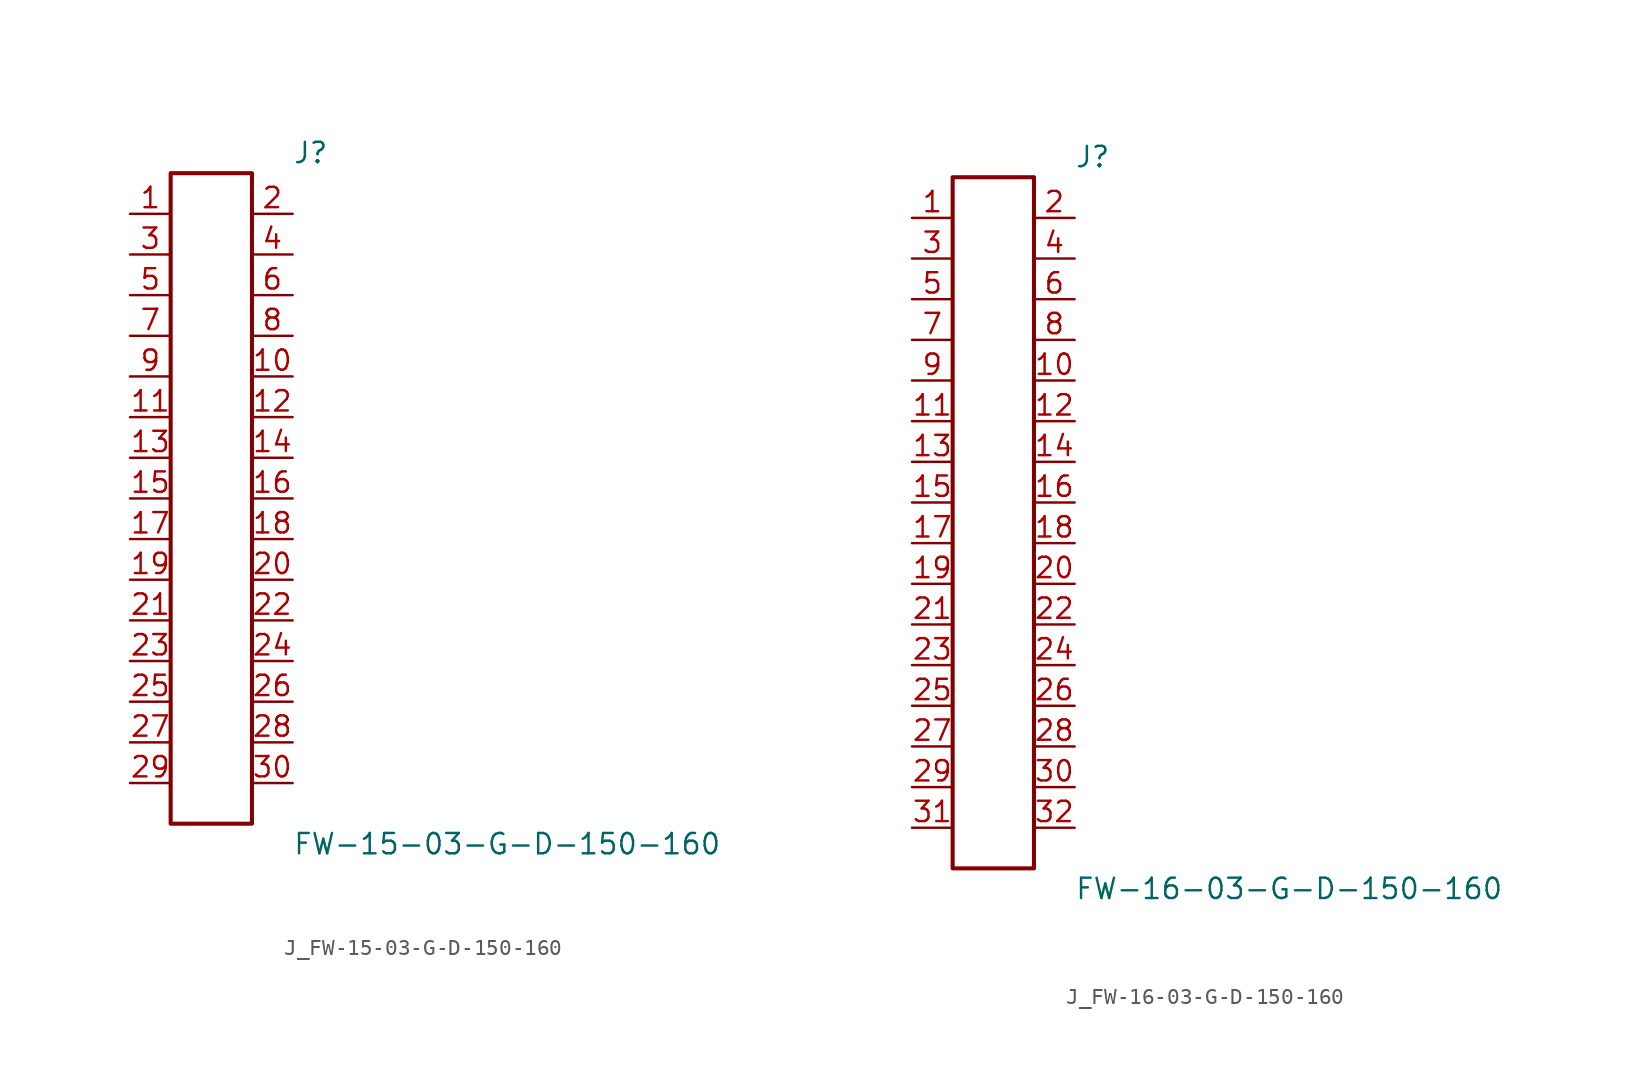
<source format=kicad_sym>
(kicad_symbol_lib
  (version 20231120)
  (generator kicad_symbol_editor)
  (generator_version 8.0)
  (symbol "J_FW-15-03-G-D-150-160"
    (pin_names
      (offset 0.254))
    (property "Reference" "J"
      (at 5.08 21.59 0)
      (effects (font (size 1.27 1.27)) (justify left)))
    (property "Value" "FW-15-03-G-D-150-160"
      (at 5.08 -21.59 0)
      (effects (font (size 1.27 1.27)) (justify left)))
    (symbol "J_FW-15-03-G-D-150-160_0_0"
      (pin passive line (at -5.08 17.78 0) (length 2.54) (name "" (effects (font (size 1.27 1.27)))) (number "1" (effects (font (size 1.27 1.27)))))
      (pin passive line (at 5.08 17.78 180) (length 2.54) (name "" (effects (font (size 1.27 1.27)))) (number "2" (effects (font (size 1.27 1.27)))))
      (pin passive line (at -5.08 15.24 0) (length 2.54) (name "" (effects (font (size 1.27 1.27)))) (number "3" (effects (font (size 1.27 1.27)))))
      (pin passive line (at 5.08 15.24 180) (length 2.54) (name "" (effects (font (size 1.27 1.27)))) (number "4" (effects (font (size 1.27 1.27)))))
      (pin passive line (at -5.08 12.7 0) (length 2.54) (name "" (effects (font (size 1.27 1.27)))) (number "5" (effects (font (size 1.27 1.27)))))
      (pin passive line (at 5.08 12.7 180) (length 2.54) (name "" (effects (font (size 1.27 1.27)))) (number "6" (effects (font (size 1.27 1.27)))))
      (pin passive line (at -5.08 10.16 0) (length 2.54) (name "" (effects (font (size 1.27 1.27)))) (number "7" (effects (font (size 1.27 1.27)))))
      (pin passive line (at 5.08 10.16 180) (length 2.54) (name "" (effects (font (size 1.27 1.27)))) (number "8" (effects (font (size 1.27 1.27)))))
      (pin passive line (at -5.08 7.62 0) (length 2.54) (name "" (effects (font (size 1.27 1.27)))) (number "9" (effects (font (size 1.27 1.27)))))
      (pin passive line (at 5.08 7.62 180) (length 2.54) (name "" (effects (font (size 1.27 1.27)))) (number "10" (effects (font (size 1.27 1.27)))))
      (pin passive line (at -5.08 5.08 0) (length 2.54) (name "" (effects (font (size 1.27 1.27)))) (number "11" (effects (font (size 1.27 1.27)))))
      (pin passive line (at 5.08 5.08 180) (length 2.54) (name "" (effects (font (size 1.27 1.27)))) (number "12" (effects (font (size 1.27 1.27)))))
      (pin passive line (at -5.08 2.54 0) (length 2.54) (name "" (effects (font (size 1.27 1.27)))) (number "13" (effects (font (size 1.27 1.27)))))
      (pin passive line (at 5.08 2.54 180) (length 2.54) (name "" (effects (font (size 1.27 1.27)))) (number "14" (effects (font (size 1.27 1.27)))))
      (pin passive line (at -5.08 0.0 0) (length 2.54) (name "" (effects (font (size 1.27 1.27)))) (number "15" (effects (font (size 1.27 1.27)))))
      (pin passive line (at 5.08 0.0 180) (length 2.54) (name "" (effects (font (size 1.27 1.27)))) (number "16" (effects (font (size 1.27 1.27)))))
      (pin passive line (at -5.08 -2.54 0) (length 2.54) (name "" (effects (font (size 1.27 1.27)))) (number "17" (effects (font (size 1.27 1.27)))))
      (pin passive line (at 5.08 -2.54 180) (length 2.54) (name "" (effects (font (size 1.27 1.27)))) (number "18" (effects (font (size 1.27 1.27)))))
      (pin passive line (at -5.08 -5.08 0) (length 2.54) (name "" (effects (font (size 1.27 1.27)))) (number "19" (effects (font (size 1.27 1.27)))))
      (pin passive line (at 5.08 -5.08 180) (length 2.54) (name "" (effects (font (size 1.27 1.27)))) (number "20" (effects (font (size 1.27 1.27)))))
      (pin passive line (at -5.08 -7.62 0) (length 2.54) (name "" (effects (font (size 1.27 1.27)))) (number "21" (effects (font (size 1.27 1.27)))))
      (pin passive line (at 5.08 -7.62 180) (length 2.54) (name "" (effects (font (size 1.27 1.27)))) (number "22" (effects (font (size 1.27 1.27)))))
      (pin passive line (at -5.08 -10.16 0) (length 2.54) (name "" (effects (font (size 1.27 1.27)))) (number "23" (effects (font (size 1.27 1.27)))))
      (pin passive line (at 5.08 -10.16 180) (length 2.54) (name "" (effects (font (size 1.27 1.27)))) (number "24" (effects (font (size 1.27 1.27)))))
      (pin passive line (at -5.08 -12.7 0) (length 2.54) (name "" (effects (font (size 1.27 1.27)))) (number "25" (effects (font (size 1.27 1.27)))))
      (pin passive line (at 5.08 -12.7 180) (length 2.54) (name "" (effects (font (size 1.27 1.27)))) (number "26" (effects (font (size 1.27 1.27)))))
      (pin passive line (at -5.08 -15.24 0) (length 2.54) (name "" (effects (font (size 1.27 1.27)))) (number "27" (effects (font (size 1.27 1.27)))))
      (pin passive line (at 5.08 -15.24 180) (length 2.54) (name "" (effects (font (size 1.27 1.27)))) (number "28" (effects (font (size 1.27 1.27)))))
      (pin passive line (at -5.08 -17.78 0) (length 2.54) (name "" (effects (font (size 1.27 1.27)))) (number "29" (effects (font (size 1.27 1.27)))))
      (pin passive line (at 5.08 -17.78 180) (length 2.54) (name "" (effects (font (size 1.27 1.27)))) (number "30" (effects (font (size 1.27 1.27))))))
    (symbol "J_FW-15-03-G-D-150-160_1_0"
      (rectangle (start -2.54 20.32) (end 2.54 -20.32) (stroke (width 0.254) (type solid)) (fill (type none)))))
  (symbol "J_FW-16-03-G-D-150-160"
    (pin_names
      (offset 0.254))
    (property "Reference" "J"
      (at 5.08 22.86 0)
      (effects (font (size 1.27 1.27)) (justify left)))
    (property "Value" "FW-16-03-G-D-150-160"
      (at 5.08 -22.86 0)
      (effects (font (size 1.27 1.27)) (justify left)))
    (symbol "J_FW-16-03-G-D-150-160_0_0"
      (pin passive line (at -5.08 19.05 0) (length 2.54) (name "" (effects (font (size 1.27 1.27)))) (number "1" (effects (font (size 1.27 1.27)))))
      (pin passive line (at 5.08 19.05 180) (length 2.54) (name "" (effects (font (size 1.27 1.27)))) (number "2" (effects (font (size 1.27 1.27)))))
      (pin passive line (at -5.08 16.51 0) (length 2.54) (name "" (effects (font (size 1.27 1.27)))) (number "3" (effects (font (size 1.27 1.27)))))
      (pin passive line (at 5.08 16.51 180) (length 2.54) (name "" (effects (font (size 1.27 1.27)))) (number "4" (effects (font (size 1.27 1.27)))))
      (pin passive line (at -5.08 13.97 0) (length 2.54) (name "" (effects (font (size 1.27 1.27)))) (number "5" (effects (font (size 1.27 1.27)))))
      (pin passive line (at 5.08 13.97 180) (length 2.54) (name "" (effects (font (size 1.27 1.27)))) (number "6" (effects (font (size 1.27 1.27)))))
      (pin passive line (at -5.08 11.43 0) (length 2.54) (name "" (effects (font (size 1.27 1.27)))) (number "7" (effects (font (size 1.27 1.27)))))
      (pin passive line (at 5.08 11.43 180) (length 2.54) (name "" (effects (font (size 1.27 1.27)))) (number "8" (effects (font (size 1.27 1.27)))))
      (pin passive line (at -5.08 8.89 0) (length 2.54) (name "" (effects (font (size 1.27 1.27)))) (number "9" (effects (font (size 1.27 1.27)))))
      (pin passive line (at 5.08 8.89 180) (length 2.54) (name "" (effects (font (size 1.27 1.27)))) (number "10" (effects (font (size 1.27 1.27)))))
      (pin passive line (at -5.08 6.35 0) (length 2.54) (name "" (effects (font (size 1.27 1.27)))) (number "11" (effects (font (size 1.27 1.27)))))
      (pin passive line (at 5.08 6.35 180) (length 2.54) (name "" (effects (font (size 1.27 1.27)))) (number "12" (effects (font (size 1.27 1.27)))))
      (pin passive line (at -5.08 3.81 0) (length 2.54) (name "" (effects (font (size 1.27 1.27)))) (number "13" (effects (font (size 1.27 1.27)))))
      (pin passive line (at 5.08 3.81 180) (length 2.54) (name "" (effects (font (size 1.27 1.27)))) (number "14" (effects (font (size 1.27 1.27)))))
      (pin passive line (at -5.08 1.27 0) (length 2.54) (name "" (effects (font (size 1.27 1.27)))) (number "15" (effects (font (size 1.27 1.27)))))
      (pin passive line (at 5.08 1.27 180) (length 2.54) (name "" (effects (font (size 1.27 1.27)))) (number "16" (effects (font (size 1.27 1.27)))))
      (pin passive line (at -5.08 -1.27 0) (length 2.54) (name "" (effects (font (size 1.27 1.27)))) (number "17" (effects (font (size 1.27 1.27)))))
      (pin passive line (at 5.08 -1.27 180) (length 2.54) (name "" (effects (font (size 1.27 1.27)))) (number "18" (effects (font (size 1.27 1.27)))))
      (pin passive line (at -5.08 -3.81 0) (length 2.54) (name "" (effects (font (size 1.27 1.27)))) (number "19" (effects (font (size 1.27 1.27)))))
      (pin passive line (at 5.08 -3.81 180) (length 2.54) (name "" (effects (font (size 1.27 1.27)))) (number "20" (effects (font (size 1.27 1.27)))))
      (pin passive line (at -5.08 -6.35 0) (length 2.54) (name "" (effects (font (size 1.27 1.27)))) (number "21" (effects (font (size 1.27 1.27)))))
      (pin passive line (at 5.08 -6.35 180) (length 2.54) (name "" (effects (font (size 1.27 1.27)))) (number "22" (effects (font (size 1.27 1.27)))))
      (pin passive line (at -5.08 -8.89 0) (length 2.54) (name "" (effects (font (size 1.27 1.27)))) (number "23" (effects (font (size 1.27 1.27)))))
      (pin passive line (at 5.08 -8.89 180) (length 2.54) (name "" (effects (font (size 1.27 1.27)))) (number "24" (effects (font (size 1.27 1.27)))))
      (pin passive line (at -5.08 -11.43 0) (length 2.54) (name "" (effects (font (size 1.27 1.27)))) (number "25" (effects (font (size 1.27 1.27)))))
      (pin passive line (at 5.08 -11.43 180) (length 2.54) (name "" (effects (font (size 1.27 1.27)))) (number "26" (effects (font (size 1.27 1.27)))))
      (pin passive line (at -5.08 -13.97 0) (length 2.54) (name "" (effects (font (size 1.27 1.27)))) (number "27" (effects (font (size 1.27 1.27)))))
      (pin passive line (at 5.08 -13.97 180) (length 2.54) (name "" (effects (font (size 1.27 1.27)))) (number "28" (effects (font (size 1.27 1.27)))))
      (pin passive line (at -5.08 -16.51 0) (length 2.54) (name "" (effects (font (size 1.27 1.27)))) (number "29" (effects (font (size 1.27 1.27)))))
      (pin passive line (at 5.08 -16.51 180) (length 2.54) (name "" (effects (font (size 1.27 1.27)))) (number "30" (effects (font (size 1.27 1.27)))))
      (pin passive line (at -5.08 -19.05 0) (length 2.54) (name "" (effects (font (size 1.27 1.27)))) (number "31" (effects (font (size 1.27 1.27)))))
      (pin passive line (at 5.08 -19.05 180) (length 2.54) (name "" (effects (font (size 1.27 1.27)))) (number "32" (effects (font (size 1.27 1.27))))))
    (symbol "J_FW-16-03-G-D-150-160_1_0"
      (rectangle (start -2.54 21.59) (end 2.54 -21.59) (stroke (width 0.254) (type solid)) (fill (type none))))))
</source>
